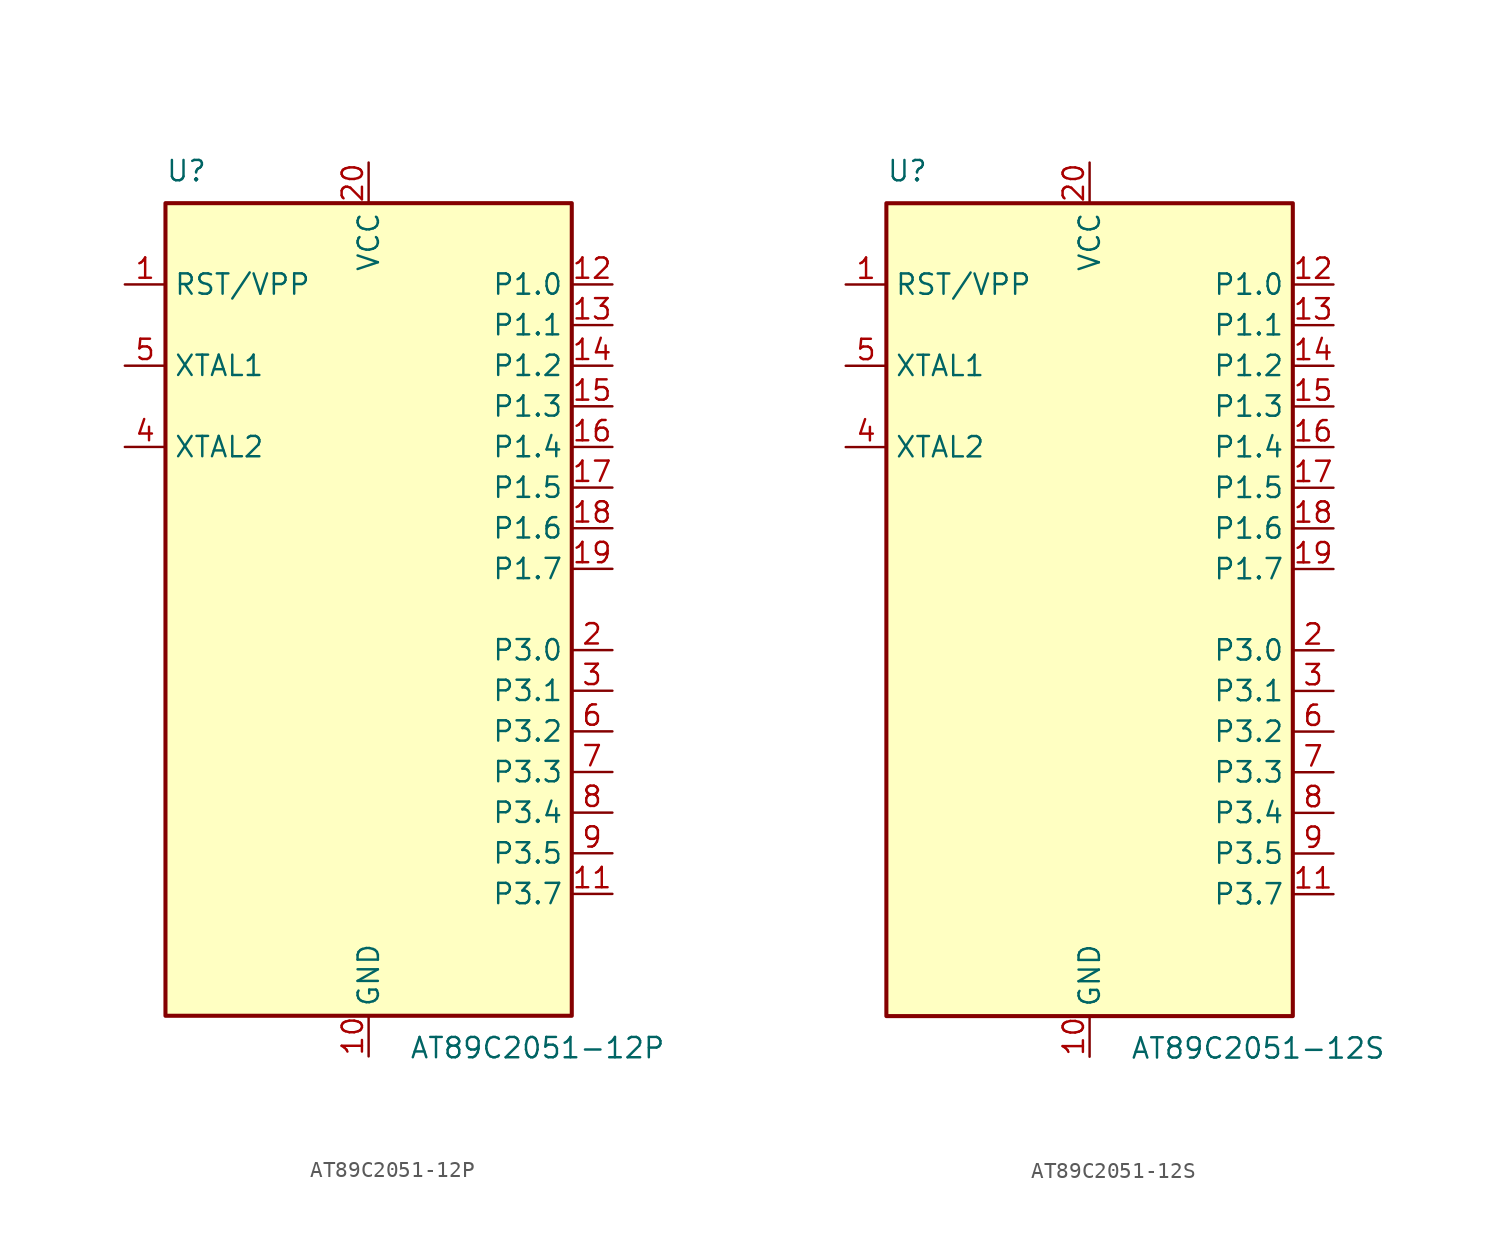
<source format=kicad_sym>
(kicad_symbol_lib
  (version 20201005)
  (generator kicad_symbol_editor)
  (symbol "AT89C2051-12P"
    (property "Reference" "U"
      (at -12.7 26.67 0)
      (effects (font (size 1.27 1.27)) (justify left bottom)))
    (property "Value" "AT89C2051-12P"
      (at 2.54 -26.67 0)
      (effects (font (size 1.27 1.27)) (justify left top)))
    (symbol "AT89C2051-12P_0_1"
      (rectangle (start -12.7 -25.4) (end 12.7 25.4) (stroke (width 0.254)) (fill (type background))))
    (symbol "AT89C2051-12P_1_1"
      (pin input line (at -15.24 20.32 0) (length 2.54) (name "RST/VPP" (effects (font (size 1.27 1.27)))) (number "1" (effects (font (size 1.27 1.27)))))
      (pin power_in line (at 0 -27.94 90) (length 2.54) (name "GND" (effects (font (size 1.27 1.27)))) (number "10" (effects (font (size 1.27 1.27)))))
      (pin bidirectional line (at 15.24 -17.78 180) (length 2.54) (name "P3.7" (effects (font (size 1.27 1.27)))) (number "11" (effects (font (size 1.27 1.27)))))
      (pin bidirectional line (at 15.24 20.32 180) (length 2.54) (name "P1.0" (effects (font (size 1.27 1.27)))) (number "12" (effects (font (size 1.27 1.27)))))
      (pin bidirectional line (at 15.24 17.78 180) (length 2.54) (name "P1.1" (effects (font (size 1.27 1.27)))) (number "13" (effects (font (size 1.27 1.27)))))
      (pin bidirectional line (at 15.24 15.24 180) (length 2.54) (name "P1.2" (effects (font (size 1.27 1.27)))) (number "14" (effects (font (size 1.27 1.27)))))
      (pin bidirectional line (at 15.24 12.7 180) (length 2.54) (name "P1.3" (effects (font (size 1.27 1.27)))) (number "15" (effects (font (size 1.27 1.27)))))
      (pin bidirectional line (at 15.24 10.16 180) (length 2.54) (name "P1.4" (effects (font (size 1.27 1.27)))) (number "16" (effects (font (size 1.27 1.27)))))
      (pin bidirectional line (at 15.24 7.62 180) (length 2.54) (name "P1.5" (effects (font (size 1.27 1.27)))) (number "17" (effects (font (size 1.27 1.27)))))
      (pin bidirectional line (at 15.24 5.08 180) (length 2.54) (name "P1.6" (effects (font (size 1.27 1.27)))) (number "18" (effects (font (size 1.27 1.27)))))
      (pin bidirectional line (at 15.24 2.54 180) (length 2.54) (name "P1.7" (effects (font (size 1.27 1.27)))) (number "19" (effects (font (size 1.27 1.27)))))
      (pin bidirectional line (at 15.24 -2.54 180) (length 2.54) (name "P3.0" (effects (font (size 1.27 1.27)))) (number "2" (effects (font (size 1.27 1.27)))))
      (pin power_in line (at 0 27.94 270) (length 2.54) (name "VCC" (effects (font (size 1.27 1.27)))) (number "20" (effects (font (size 1.27 1.27)))))
      (pin bidirectional line (at 15.24 -5.08 180) (length 2.54) (name "P3.1" (effects (font (size 1.27 1.27)))) (number "3" (effects (font (size 1.27 1.27)))))
      (pin output line (at -15.24 10.16 0) (length 2.54) (name "XTAL2" (effects (font (size 1.27 1.27)))) (number "4" (effects (font (size 1.27 1.27)))))
      (pin input line (at -15.24 15.24 0) (length 2.54) (name "XTAL1" (effects (font (size 1.27 1.27)))) (number "5" (effects (font (size 1.27 1.27)))))
      (pin bidirectional line (at 15.24 -7.62 180) (length 2.54) (name "P3.2" (effects (font (size 1.27 1.27)))) (number "6" (effects (font (size 1.27 1.27)))))
      (pin bidirectional line (at 15.24 -10.16 180) (length 2.54) (name "P3.3" (effects (font (size 1.27 1.27)))) (number "7" (effects (font (size 1.27 1.27)))))
      (pin bidirectional line (at 15.24 -12.7 180) (length 2.54) (name "P3.4" (effects (font (size 1.27 1.27)))) (number "8" (effects (font (size 1.27 1.27)))))
      (pin bidirectional line (at 15.24 -15.24 180) (length 2.54) (name "P3.5" (effects (font (size 1.27 1.27)))) (number "9" (effects (font (size 1.27 1.27)))))))
  (symbol "AT89C2051-12S"
    (property "Reference" "U"
      (at -12.7 26.67 0)
      (effects (font (size 1.27 1.27)) (justify left bottom)))
    (property "Value" "AT89C2051-12S"
      (at 2.54 -26.67 0)
      (effects (font (size 1.27 1.27)) (justify left top)))
    (symbol "AT89C2051-12S_0_1"
      (rectangle (start -12.7 -25.4) (end 12.7 25.4) (stroke (width 0.254)) (fill (type background))))
    (symbol "AT89C2051-12S_1_1"
      (pin input line (at -15.24 20.32 0) (length 2.54) (name "RST/VPP" (effects (font (size 1.27 1.27)))) (number "1" (effects (font (size 1.27 1.27)))))
      (pin power_in line (at 0 -27.94 90) (length 2.54) (name "GND" (effects (font (size 1.27 1.27)))) (number "10" (effects (font (size 1.27 1.27)))))
      (pin bidirectional line (at 15.24 -17.78 180) (length 2.54) (name "P3.7" (effects (font (size 1.27 1.27)))) (number "11" (effects (font (size 1.27 1.27)))))
      (pin bidirectional line (at 15.24 20.32 180) (length 2.54) (name "P1.0" (effects (font (size 1.27 1.27)))) (number "12" (effects (font (size 1.27 1.27)))))
      (pin bidirectional line (at 15.24 17.78 180) (length 2.54) (name "P1.1" (effects (font (size 1.27 1.27)))) (number "13" (effects (font (size 1.27 1.27)))))
      (pin bidirectional line (at 15.24 15.24 180) (length 2.54) (name "P1.2" (effects (font (size 1.27 1.27)))) (number "14" (effects (font (size 1.27 1.27)))))
      (pin bidirectional line (at 15.24 12.7 180) (length 2.54) (name "P1.3" (effects (font (size 1.27 1.27)))) (number "15" (effects (font (size 1.27 1.27)))))
      (pin bidirectional line (at 15.24 10.16 180) (length 2.54) (name "P1.4" (effects (font (size 1.27 1.27)))) (number "16" (effects (font (size 1.27 1.27)))))
      (pin bidirectional line (at 15.24 7.62 180) (length 2.54) (name "P1.5" (effects (font (size 1.27 1.27)))) (number "17" (effects (font (size 1.27 1.27)))))
      (pin bidirectional line (at 15.24 5.08 180) (length 2.54) (name "P1.6" (effects (font (size 1.27 1.27)))) (number "18" (effects (font (size 1.27 1.27)))))
      (pin bidirectional line (at 15.24 2.54 180) (length 2.54) (name "P1.7" (effects (font (size 1.27 1.27)))) (number "19" (effects (font (size 1.27 1.27)))))
      (pin bidirectional line (at 15.24 -2.54 180) (length 2.54) (name "P3.0" (effects (font (size 1.27 1.27)))) (number "2" (effects (font (size 1.27 1.27)))))
      (pin power_in line (at 0 27.94 270) (length 2.54) (name "VCC" (effects (font (size 1.27 1.27)))) (number "20" (effects (font (size 1.27 1.27)))))
      (pin bidirectional line (at 15.24 -5.08 180) (length 2.54) (name "P3.1" (effects (font (size 1.27 1.27)))) (number "3" (effects (font (size 1.27 1.27)))))
      (pin output line (at -15.24 10.16 0) (length 2.54) (name "XTAL2" (effects (font (size 1.27 1.27)))) (number "4" (effects (font (size 1.27 1.27)))))
      (pin input line (at -15.24 15.24 0) (length 2.54) (name "XTAL1" (effects (font (size 1.27 1.27)))) (number "5" (effects (font (size 1.27 1.27)))))
      (pin bidirectional line (at 15.24 -7.62 180) (length 2.54) (name "P3.2" (effects (font (size 1.27 1.27)))) (number "6" (effects (font (size 1.27 1.27)))))
      (pin bidirectional line (at 15.24 -10.16 180) (length 2.54) (name "P3.3" (effects (font (size 1.27 1.27)))) (number "7" (effects (font (size 1.27 1.27)))))
      (pin bidirectional line (at 15.24 -12.7 180) (length 2.54) (name "P3.4" (effects (font (size 1.27 1.27)))) (number "8" (effects (font (size 1.27 1.27)))))
      (pin bidirectional line (at 15.24 -15.24 180) (length 2.54) (name "P3.5" (effects (font (size 1.27 1.27)))) (number "9" (effects (font (size 1.27 1.27))))))))
</source>
